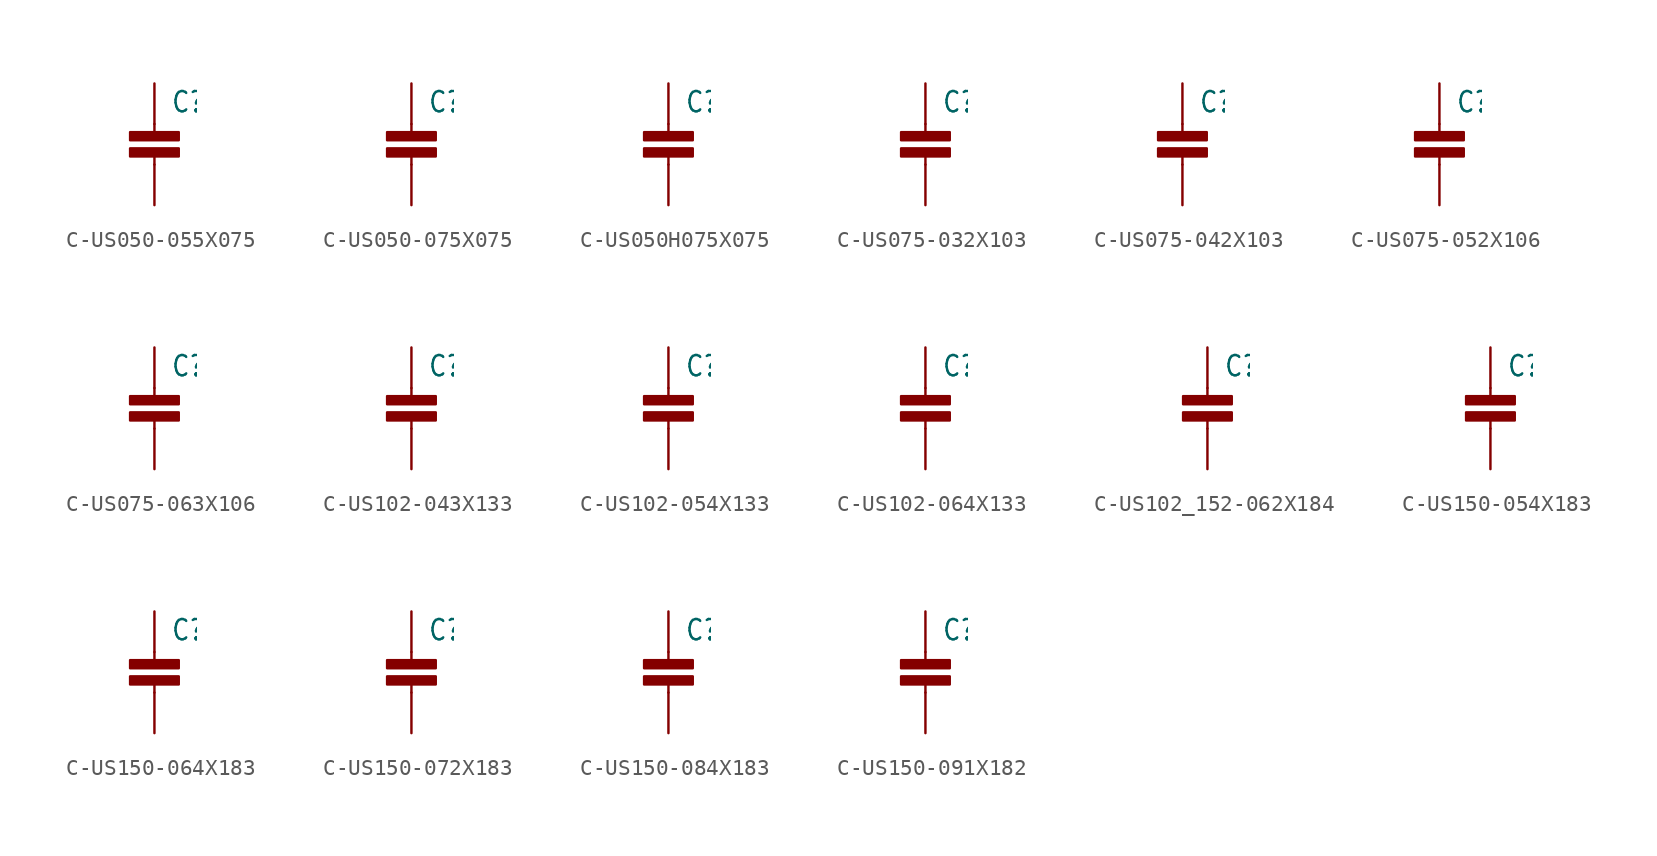
<source format=kicad_sym>
(kicad_symbol_lib
  (version 20231120)
  (generator "kicad_symbol_editor")
  (generator_version "8.99")
  (symbol "C-US050-055X075"
    (property "Reference" "C"
      (at 1.016 0.635 0)
      (effects (font (size 1.27 1.079)) (justify left bottom)))
    (property "Value" ""
      (at 1.016 -4.191 0)
      (effects (font (size 1.27 1.079)) (justify left bottom)))
    (property "ki_locked" ""
      (at 0 0 0)
      (effects (font (size 1.27 1.27))))
    (symbol "C-US050-055X075_1_0"
      (rectangle (start -1.524 -2.032) (end 1.524 -1.524) (stroke (width 0) (type default)) (fill (type outline)))
      (rectangle (start -1.524 -1.016) (end 1.524 -0.508) (stroke (width 0) (type default)) (fill (type outline)))
      (polyline (pts (xy 0 -2.54) (xy 0 -2.032)) (stroke (width 0.152) (type solid)) (fill (type none)))
      (polyline (pts (xy 0 0) (xy 0 -0.508)) (stroke (width 0.152) (type solid)) (fill (type none)))
      (pin passive line (at 0 2.54 270) (length 2.54) (name "1" (effects (font (size 0 0)))) (number "1" (effects (font (size 0 0)))))
      (pin passive line (at 0 -5.08 90) (length 2.54) (name "2" (effects (font (size 0 0)))) (number "2" (effects (font (size 0 0)))))))
  (symbol "C-US050-075X075"
    (property "Reference" "C"
      (at 1.016 0.635 0)
      (effects (font (size 1.27 1.079)) (justify left bottom)))
    (property "Value" ""
      (at 1.016 -4.191 0)
      (effects (font (size 1.27 1.079)) (justify left bottom)))
    (property "ki_locked" ""
      (at 0 0 0)
      (effects (font (size 1.27 1.27))))
    (symbol "C-US050-075X075_1_0"
      (rectangle (start -1.524 -2.032) (end 1.524 -1.524) (stroke (width 0) (type default)) (fill (type outline)))
      (rectangle (start -1.524 -1.016) (end 1.524 -0.508) (stroke (width 0) (type default)) (fill (type outline)))
      (polyline (pts (xy 0 -2.54) (xy 0 -2.032)) (stroke (width 0.152) (type solid)) (fill (type none)))
      (polyline (pts (xy 0 0) (xy 0 -0.508)) (stroke (width 0.152) (type solid)) (fill (type none)))
      (pin passive line (at 0 2.54 270) (length 2.54) (name "1" (effects (font (size 0 0)))) (number "1" (effects (font (size 0 0)))))
      (pin passive line (at 0 -5.08 90) (length 2.54) (name "2" (effects (font (size 0 0)))) (number "2" (effects (font (size 0 0)))))))
  (symbol "C-US050H075X075"
    (property "Reference" "C"
      (at 1.016 0.635 0)
      (effects (font (size 1.27 1.079)) (justify left bottom)))
    (property "Value" ""
      (at 1.016 -4.191 0)
      (effects (font (size 1.27 1.079)) (justify left bottom)))
    (property "ki_locked" ""
      (at 0 0 0)
      (effects (font (size 1.27 1.27))))
    (symbol "C-US050H075X075_1_0"
      (rectangle (start -1.524 -2.032) (end 1.524 -1.524) (stroke (width 0) (type default)) (fill (type outline)))
      (rectangle (start -1.524 -1.016) (end 1.524 -0.508) (stroke (width 0) (type default)) (fill (type outline)))
      (polyline (pts (xy 0 -2.54) (xy 0 -2.032)) (stroke (width 0.152) (type solid)) (fill (type none)))
      (polyline (pts (xy 0 0) (xy 0 -0.508)) (stroke (width 0.152) (type solid)) (fill (type none)))
      (pin passive line (at 0 2.54 270) (length 2.54) (name "1" (effects (font (size 0 0)))) (number "1" (effects (font (size 0 0)))))
      (pin passive line (at 0 -5.08 90) (length 2.54) (name "2" (effects (font (size 0 0)))) (number "2" (effects (font (size 0 0)))))))
  (symbol "C-US075-032X103"
    (property "Reference" "C"
      (at 1.016 0.635 0)
      (effects (font (size 1.27 1.079)) (justify left bottom)))
    (property "Value" ""
      (at 1.016 -4.191 0)
      (effects (font (size 1.27 1.079)) (justify left bottom)))
    (property "ki_locked" ""
      (at 0 0 0)
      (effects (font (size 1.27 1.27))))
    (symbol "C-US075-032X103_1_0"
      (rectangle (start -1.524 -2.032) (end 1.524 -1.524) (stroke (width 0) (type default)) (fill (type outline)))
      (rectangle (start -1.524 -1.016) (end 1.524 -0.508) (stroke (width 0) (type default)) (fill (type outline)))
      (polyline (pts (xy 0 -2.54) (xy 0 -2.032)) (stroke (width 0.152) (type solid)) (fill (type none)))
      (polyline (pts (xy 0 0) (xy 0 -0.508)) (stroke (width 0.152) (type solid)) (fill (type none)))
      (pin passive line (at 0 2.54 270) (length 2.54) (name "1" (effects (font (size 0 0)))) (number "1" (effects (font (size 0 0)))))
      (pin passive line (at 0 -5.08 90) (length 2.54) (name "2" (effects (font (size 0 0)))) (number "2" (effects (font (size 0 0)))))))
  (symbol "C-US075-042X103"
    (property "Reference" "C"
      (at 1.016 0.635 0)
      (effects (font (size 1.27 1.079)) (justify left bottom)))
    (property "Value" ""
      (at 1.016 -4.191 0)
      (effects (font (size 1.27 1.079)) (justify left bottom)))
    (property "ki_locked" ""
      (at 0 0 0)
      (effects (font (size 1.27 1.27))))
    (symbol "C-US075-042X103_1_0"
      (rectangle (start -1.524 -2.032) (end 1.524 -1.524) (stroke (width 0) (type default)) (fill (type outline)))
      (rectangle (start -1.524 -1.016) (end 1.524 -0.508) (stroke (width 0) (type default)) (fill (type outline)))
      (polyline (pts (xy 0 -2.54) (xy 0 -2.032)) (stroke (width 0.152) (type solid)) (fill (type none)))
      (polyline (pts (xy 0 0) (xy 0 -0.508)) (stroke (width 0.152) (type solid)) (fill (type none)))
      (pin passive line (at 0 2.54 270) (length 2.54) (name "1" (effects (font (size 0 0)))) (number "1" (effects (font (size 0 0)))))
      (pin passive line (at 0 -5.08 90) (length 2.54) (name "2" (effects (font (size 0 0)))) (number "2" (effects (font (size 0 0)))))))
  (symbol "C-US075-052X106"
    (property "Reference" "C"
      (at 1.016 0.635 0)
      (effects (font (size 1.27 1.079)) (justify left bottom)))
    (property "Value" ""
      (at 1.016 -4.191 0)
      (effects (font (size 1.27 1.079)) (justify left bottom)))
    (property "ki_locked" ""
      (at 0 0 0)
      (effects (font (size 1.27 1.27))))
    (symbol "C-US075-052X106_1_0"
      (rectangle (start -1.524 -2.032) (end 1.524 -1.524) (stroke (width 0) (type default)) (fill (type outline)))
      (rectangle (start -1.524 -1.016) (end 1.524 -0.508) (stroke (width 0) (type default)) (fill (type outline)))
      (polyline (pts (xy 0 -2.54) (xy 0 -2.032)) (stroke (width 0.152) (type solid)) (fill (type none)))
      (polyline (pts (xy 0 0) (xy 0 -0.508)) (stroke (width 0.152) (type solid)) (fill (type none)))
      (pin passive line (at 0 2.54 270) (length 2.54) (name "1" (effects (font (size 0 0)))) (number "1" (effects (font (size 0 0)))))
      (pin passive line (at 0 -5.08 90) (length 2.54) (name "2" (effects (font (size 0 0)))) (number "2" (effects (font (size 0 0)))))))
  (symbol "C-US075-063X106"
    (property "Reference" "C"
      (at 1.016 0.635 0)
      (effects (font (size 1.27 1.079)) (justify left bottom)))
    (property "Value" ""
      (at 1.016 -4.191 0)
      (effects (font (size 1.27 1.079)) (justify left bottom)))
    (property "ki_locked" ""
      (at 0 0 0)
      (effects (font (size 1.27 1.27))))
    (symbol "C-US075-063X106_1_0"
      (rectangle (start -1.524 -2.032) (end 1.524 -1.524) (stroke (width 0) (type default)) (fill (type outline)))
      (rectangle (start -1.524 -1.016) (end 1.524 -0.508) (stroke (width 0) (type default)) (fill (type outline)))
      (polyline (pts (xy 0 -2.54) (xy 0 -2.032)) (stroke (width 0.152) (type solid)) (fill (type none)))
      (polyline (pts (xy 0 0) (xy 0 -0.508)) (stroke (width 0.152) (type solid)) (fill (type none)))
      (pin passive line (at 0 2.54 270) (length 2.54) (name "1" (effects (font (size 0 0)))) (number "1" (effects (font (size 0 0)))))
      (pin passive line (at 0 -5.08 90) (length 2.54) (name "2" (effects (font (size 0 0)))) (number "2" (effects (font (size 0 0)))))))
  (symbol "C-US102-043X133"
    (property "Reference" "C"
      (at 1.016 0.635 0)
      (effects (font (size 1.27 1.079)) (justify left bottom)))
    (property "Value" ""
      (at 1.016 -4.191 0)
      (effects (font (size 1.27 1.079)) (justify left bottom)))
    (property "ki_locked" ""
      (at 0 0 0)
      (effects (font (size 1.27 1.27))))
    (symbol "C-US102-043X133_1_0"
      (rectangle (start -1.524 -2.032) (end 1.524 -1.524) (stroke (width 0) (type default)) (fill (type outline)))
      (rectangle (start -1.524 -1.016) (end 1.524 -0.508) (stroke (width 0) (type default)) (fill (type outline)))
      (polyline (pts (xy 0 -2.54) (xy 0 -2.032)) (stroke (width 0.152) (type solid)) (fill (type none)))
      (polyline (pts (xy 0 0) (xy 0 -0.508)) (stroke (width 0.152) (type solid)) (fill (type none)))
      (pin passive line (at 0 2.54 270) (length 2.54) (name "1" (effects (font (size 0 0)))) (number "1" (effects (font (size 0 0)))))
      (pin passive line (at 0 -5.08 90) (length 2.54) (name "2" (effects (font (size 0 0)))) (number "2" (effects (font (size 0 0)))))))
  (symbol "C-US102-054X133"
    (property "Reference" "C"
      (at 1.016 0.635 0)
      (effects (font (size 1.27 1.079)) (justify left bottom)))
    (property "Value" ""
      (at 1.016 -4.191 0)
      (effects (font (size 1.27 1.079)) (justify left bottom)))
    (property "ki_locked" ""
      (at 0 0 0)
      (effects (font (size 1.27 1.27))))
    (symbol "C-US102-054X133_1_0"
      (rectangle (start -1.524 -2.032) (end 1.524 -1.524) (stroke (width 0) (type default)) (fill (type outline)))
      (rectangle (start -1.524 -1.016) (end 1.524 -0.508) (stroke (width 0) (type default)) (fill (type outline)))
      (polyline (pts (xy 0 -2.54) (xy 0 -2.032)) (stroke (width 0.152) (type solid)) (fill (type none)))
      (polyline (pts (xy 0 0) (xy 0 -0.508)) (stroke (width 0.152) (type solid)) (fill (type none)))
      (pin passive line (at 0 2.54 270) (length 2.54) (name "1" (effects (font (size 0 0)))) (number "1" (effects (font (size 0 0)))))
      (pin passive line (at 0 -5.08 90) (length 2.54) (name "2" (effects (font (size 0 0)))) (number "2" (effects (font (size 0 0)))))))
  (symbol "C-US102-064X133"
    (property "Reference" "C"
      (at 1.016 0.635 0)
      (effects (font (size 1.27 1.079)) (justify left bottom)))
    (property "Value" ""
      (at 1.016 -4.191 0)
      (effects (font (size 1.27 1.079)) (justify left bottom)))
    (property "ki_locked" ""
      (at 0 0 0)
      (effects (font (size 1.27 1.27))))
    (symbol "C-US102-064X133_1_0"
      (rectangle (start -1.524 -2.032) (end 1.524 -1.524) (stroke (width 0) (type default)) (fill (type outline)))
      (rectangle (start -1.524 -1.016) (end 1.524 -0.508) (stroke (width 0) (type default)) (fill (type outline)))
      (polyline (pts (xy 0 -2.54) (xy 0 -2.032)) (stroke (width 0.152) (type solid)) (fill (type none)))
      (polyline (pts (xy 0 0) (xy 0 -0.508)) (stroke (width 0.152) (type solid)) (fill (type none)))
      (pin passive line (at 0 2.54 270) (length 2.54) (name "1" (effects (font (size 0 0)))) (number "1" (effects (font (size 0 0)))))
      (pin passive line (at 0 -5.08 90) (length 2.54) (name "2" (effects (font (size 0 0)))) (number "2" (effects (font (size 0 0)))))))
  (symbol "C-US102_152-062X184"
    (property "Reference" "C"
      (at 1.016 0.635 0)
      (effects (font (size 1.27 1.079)) (justify left bottom)))
    (property "Value" ""
      (at 1.016 -4.191 0)
      (effects (font (size 1.27 1.079)) (justify left bottom)))
    (property "ki_locked" ""
      (at 0 0 0)
      (effects (font (size 1.27 1.27))))
    (symbol "C-US102_152-062X184_1_0"
      (rectangle (start -1.524 -2.032) (end 1.524 -1.524) (stroke (width 0) (type default)) (fill (type outline)))
      (rectangle (start -1.524 -1.016) (end 1.524 -0.508) (stroke (width 0) (type default)) (fill (type outline)))
      (polyline (pts (xy 0 -2.54) (xy 0 -2.032)) (stroke (width 0.152) (type solid)) (fill (type none)))
      (polyline (pts (xy 0 0) (xy 0 -0.508)) (stroke (width 0.152) (type solid)) (fill (type none)))
      (pin passive line (at 0 2.54 270) (length 2.54) (name "1" (effects (font (size 0 0)))) (number "1" (effects (font (size 0 0)))))
      (pin passive line (at 0 -5.08 90) (length 2.54) (name "2" (effects (font (size 0 0)))) (number "2" (effects (font (size 0 0)))))))
  (symbol "C-US150-054X183"
    (property "Reference" "C"
      (at 1.016 0.635 0)
      (effects (font (size 1.27 1.079)) (justify left bottom)))
    (property "Value" ""
      (at 1.016 -4.191 0)
      (effects (font (size 1.27 1.079)) (justify left bottom)))
    (property "ki_locked" ""
      (at 0 0 0)
      (effects (font (size 1.27 1.27))))
    (symbol "C-US150-054X183_1_0"
      (rectangle (start -1.524 -2.032) (end 1.524 -1.524) (stroke (width 0) (type default)) (fill (type outline)))
      (rectangle (start -1.524 -1.016) (end 1.524 -0.508) (stroke (width 0) (type default)) (fill (type outline)))
      (polyline (pts (xy 0 -2.54) (xy 0 -2.032)) (stroke (width 0.152) (type solid)) (fill (type none)))
      (polyline (pts (xy 0 0) (xy 0 -0.508)) (stroke (width 0.152) (type solid)) (fill (type none)))
      (pin passive line (at 0 2.54 270) (length 2.54) (name "1" (effects (font (size 0 0)))) (number "1" (effects (font (size 0 0)))))
      (pin passive line (at 0 -5.08 90) (length 2.54) (name "2" (effects (font (size 0 0)))) (number "2" (effects (font (size 0 0)))))))
  (symbol "C-US150-064X183"
    (property "Reference" "C"
      (at 1.016 0.635 0)
      (effects (font (size 1.27 1.079)) (justify left bottom)))
    (property "Value" ""
      (at 1.016 -4.191 0)
      (effects (font (size 1.27 1.079)) (justify left bottom)))
    (property "ki_locked" ""
      (at 0 0 0)
      (effects (font (size 1.27 1.27))))
    (symbol "C-US150-064X183_1_0"
      (rectangle (start -1.524 -2.032) (end 1.524 -1.524) (stroke (width 0) (type default)) (fill (type outline)))
      (rectangle (start -1.524 -1.016) (end 1.524 -0.508) (stroke (width 0) (type default)) (fill (type outline)))
      (polyline (pts (xy 0 -2.54) (xy 0 -2.032)) (stroke (width 0.152) (type solid)) (fill (type none)))
      (polyline (pts (xy 0 0) (xy 0 -0.508)) (stroke (width 0.152) (type solid)) (fill (type none)))
      (pin passive line (at 0 2.54 270) (length 2.54) (name "1" (effects (font (size 0 0)))) (number "1" (effects (font (size 0 0)))))
      (pin passive line (at 0 -5.08 90) (length 2.54) (name "2" (effects (font (size 0 0)))) (number "2" (effects (font (size 0 0)))))))
  (symbol "C-US150-072X183"
    (property "Reference" "C"
      (at 1.016 0.635 0)
      (effects (font (size 1.27 1.079)) (justify left bottom)))
    (property "Value" ""
      (at 1.016 -4.191 0)
      (effects (font (size 1.27 1.079)) (justify left bottom)))
    (property "ki_locked" ""
      (at 0 0 0)
      (effects (font (size 1.27 1.27))))
    (symbol "C-US150-072X183_1_0"
      (rectangle (start -1.524 -2.032) (end 1.524 -1.524) (stroke (width 0) (type default)) (fill (type outline)))
      (rectangle (start -1.524 -1.016) (end 1.524 -0.508) (stroke (width 0) (type default)) (fill (type outline)))
      (polyline (pts (xy 0 -2.54) (xy 0 -2.032)) (stroke (width 0.152) (type solid)) (fill (type none)))
      (polyline (pts (xy 0 0) (xy 0 -0.508)) (stroke (width 0.152) (type solid)) (fill (type none)))
      (pin passive line (at 0 2.54 270) (length 2.54) (name "1" (effects (font (size 0 0)))) (number "1" (effects (font (size 0 0)))))
      (pin passive line (at 0 -5.08 90) (length 2.54) (name "2" (effects (font (size 0 0)))) (number "2" (effects (font (size 0 0)))))))
  (symbol "C-US150-084X183"
    (property "Reference" "C"
      (at 1.016 0.635 0)
      (effects (font (size 1.27 1.079)) (justify left bottom)))
    (property "Value" ""
      (at 1.016 -4.191 0)
      (effects (font (size 1.27 1.079)) (justify left bottom)))
    (property "ki_locked" ""
      (at 0 0 0)
      (effects (font (size 1.27 1.27))))
    (symbol "C-US150-084X183_1_0"
      (rectangle (start -1.524 -2.032) (end 1.524 -1.524) (stroke (width 0) (type default)) (fill (type outline)))
      (rectangle (start -1.524 -1.016) (end 1.524 -0.508) (stroke (width 0) (type default)) (fill (type outline)))
      (polyline (pts (xy 0 -2.54) (xy 0 -2.032)) (stroke (width 0.152) (type solid)) (fill (type none)))
      (polyline (pts (xy 0 0) (xy 0 -0.508)) (stroke (width 0.152) (type solid)) (fill (type none)))
      (pin passive line (at 0 2.54 270) (length 2.54) (name "1" (effects (font (size 0 0)))) (number "1" (effects (font (size 0 0)))))
      (pin passive line (at 0 -5.08 90) (length 2.54) (name "2" (effects (font (size 0 0)))) (number "2" (effects (font (size 0 0)))))))
  (symbol "C-US150-091X182"
    (property "Reference" "C"
      (at 1.016 0.635 0)
      (effects (font (size 1.27 1.079)) (justify left bottom)))
    (property "Value" ""
      (at 1.016 -4.191 0)
      (effects (font (size 1.27 1.079)) (justify left bottom)))
    (property "ki_locked" ""
      (at 0 0 0)
      (effects (font (size 1.27 1.27))))
    (symbol "C-US150-091X182_1_0"
      (rectangle (start -1.524 -2.032) (end 1.524 -1.524) (stroke (width 0) (type default)) (fill (type outline)))
      (rectangle (start -1.524 -1.016) (end 1.524 -0.508) (stroke (width 0) (type default)) (fill (type outline)))
      (polyline (pts (xy 0 -2.54) (xy 0 -2.032)) (stroke (width 0.152) (type solid)) (fill (type none)))
      (polyline (pts (xy 0 0) (xy 0 -0.508)) (stroke (width 0.152) (type solid)) (fill (type none)))
      (pin passive line (at 0 2.54 270) (length 2.54) (name "1" (effects (font (size 0 0)))) (number "1" (effects (font (size 0 0)))))
      (pin passive line (at 0 -5.08 90) (length 2.54) (name "2" (effects (font (size 0 0)))) (number "2" (effects (font (size 0 0))))))))
</source>
